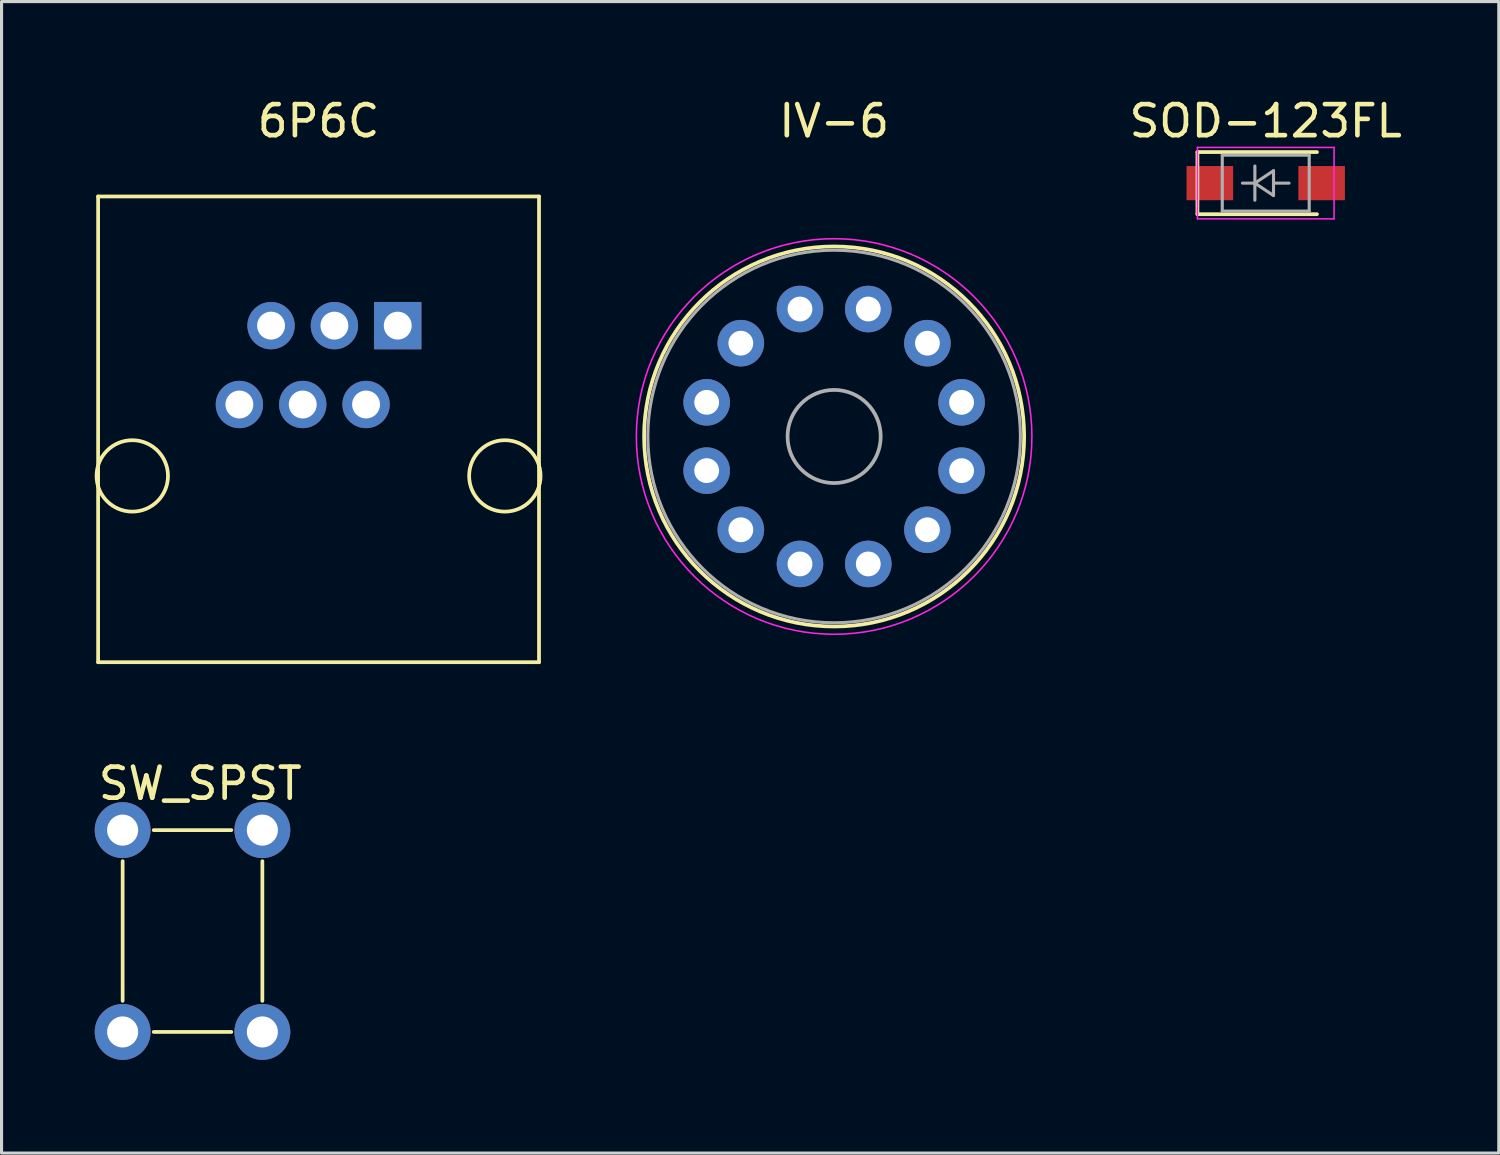
<source format=kicad_pcb>
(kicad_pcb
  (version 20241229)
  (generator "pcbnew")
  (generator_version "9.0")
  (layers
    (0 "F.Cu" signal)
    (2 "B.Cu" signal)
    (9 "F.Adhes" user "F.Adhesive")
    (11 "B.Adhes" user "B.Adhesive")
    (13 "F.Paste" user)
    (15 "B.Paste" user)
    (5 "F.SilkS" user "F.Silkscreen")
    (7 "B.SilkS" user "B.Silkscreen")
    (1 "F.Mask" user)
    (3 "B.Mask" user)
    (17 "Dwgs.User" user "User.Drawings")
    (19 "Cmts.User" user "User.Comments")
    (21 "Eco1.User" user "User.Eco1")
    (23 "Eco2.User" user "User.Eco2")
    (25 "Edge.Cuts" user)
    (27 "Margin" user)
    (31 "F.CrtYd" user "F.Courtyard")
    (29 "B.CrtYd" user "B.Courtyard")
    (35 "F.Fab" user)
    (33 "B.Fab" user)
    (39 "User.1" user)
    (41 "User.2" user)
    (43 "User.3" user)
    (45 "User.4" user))
  (footprint "IV-6"
    (layer "F.Cu")
    (at 23.815 11.008)
    (property "Reference" "IV-6" (at 0 -10.16 0) (layer "F.SilkS") (effects (font (size 1 1) (thickness 0.15))))
    (attr through_hole)
    (fp_circle (center 0 0) (end 0 6.12) (stroke (width 0.12) (type solid)) (fill no) (layer "F.SilkS"))
    (fp_circle (center 0 0) (end 0 6.37) (stroke (width 0.05) (type solid)) (fill no) (layer "F.CrtYd"))
    (fp_circle (center 0 0) (end 0 6) (stroke (width 0.1) (type solid)) (fill no) (layer "F.Fab"))
    (fp_circle (center 0 0) (end 1.5 0) (stroke (width 0.12) (type solid)) (fill no) (layer "F.Fab"))
    (pad "1" thru_hole oval (at 3.005 -3.005) (size 1.5 1.5) (drill 0.8) (layers "*.Cu" "*.Mask"))
    (pad "2" thru_hole oval (at 1.1 -4.105) (size 1.5 1.5) (drill 0.8) (layers "*.Cu" "*.Mask"))
    (pad "3" thru_hole oval (at -1.1 -4.105) (size 1.5 1.5) (drill 0.8) (layers "*.Cu" "*.Mask"))
    (pad "4" thru_hole oval (at -3.005 -3.005) (size 1.5 1.5) (drill 0.8) (layers "*.Cu" "*.Mask"))
    (pad "5" thru_hole oval (at -4.105 -1.1) (size 1.5 1.5) (drill 0.8) (layers "*.Cu" "*.Mask"))
    (pad "6" thru_hole oval (at -4.105 1.1) (size 1.5 1.5) (drill 0.8) (layers "*.Cu" "*.Mask"))
    (pad "7" thru_hole oval (at -3.005 3.005) (size 1.5 1.5) (drill 0.8) (layers "*.Cu" "*.Mask"))
    (pad "8" thru_hole oval (at -1.1 4.105) (size 1.5 1.5) (drill 0.8) (layers "*.Cu" "*.Mask"))
    (pad "9" thru_hole oval (at 1.1 4.105) (size 1.5 1.5) (drill 0.8) (layers "*.Cu" "*.Mask"))
    (pad "10" thru_hole oval (at 3.005 3.005) (size 1.5 1.5) (drill 0.8) (layers "*.Cu" "*.Mask"))
    (pad "11" thru_hole oval (at 4.105 1.1) (size 1.5 1.5) (drill 0.8) (layers "*.Cu" "*.Mask"))
    (pad "12" thru_hole oval (at 4.105 -1.1) (size 1.5 1.5) (drill 0.8) (layers "*.Cu" "*.Mask")))
  (footprint "6P6C"
    (layer "F.Cu")
    (at 7.21 12.278)
    (property "Reference" "6P6C" (at 0 -11.43 0) (layer "F.SilkS") (effects (font (size 1 1) (thickness 0.15))))
    (attr through_hole)
    (fp_line (start -7.1 -9) (end 7.1 -9) (stroke (width 0.12) (type solid)) (layer "F.SilkS"))
    (fp_line (start -7.1 6) (end -7.1 -9) (stroke (width 0.12) (type solid)) (layer "F.SilkS"))
    (fp_line (start -7.1 6) (end 7.1 6) (stroke (width 0.12) (type solid)) (layer "F.SilkS"))
    (fp_line (start 7.1 6) (end 7.1 -9) (stroke (width 0.12) (type solid)) (layer "F.SilkS"))
    (fp_circle (center -6 0) (end -4.85 0) (stroke (width 0.12) (type solid)) (fill no) (layer "F.SilkS"))
    (fp_circle (center 6 0) (end 7.15 0) (stroke (width 0.12) (type solid)) (fill no) (layer "F.SilkS"))
    (pad "1" thru_hole rect (at 2.55 -4.84) (size 1.524 1.524) (drill 0.9) (layers "*.Cu" "*.Mask"))
    (pad "2" thru_hole circle (at 1.53 -2.3) (size 1.524 1.524) (drill 0.9) (layers "*.Cu" "*.Mask"))
    (pad "3" thru_hole circle (at 0.51 -4.84) (size 1.524 1.524) (drill 0.9) (layers "*.Cu" "*.Mask"))
    (pad "4" thru_hole circle (at -0.51 -2.3) (size 1.524 1.524) (drill 0.9) (layers "*.Cu" "*.Mask"))
    (pad "5" thru_hole circle (at -1.53 -4.84) (size 1.524 1.524) (drill 0.9) (layers "*.Cu" "*.Mask"))
    (pad "6" thru_hole circle (at -2.55 -2.3) (size 1.524 1.524) (drill 0.9) (layers "*.Cu" "*.Mask")))
  (footprint "SW_SPST"
    (layer "F.Cu")
    (at 3.4 23.686)
    (property "Reference" "SW_SPST" (at 0 -1.5 0) (layer "F.SilkS") (effects (font (size 1 1) (thickness 0.15))))
    (attr through_hole)
    (fp_line (start -2.5 1) (end -2.5 5.5) (stroke (width 0.12) (type solid)) (layer "F.SilkS"))
    (fp_line (start -1.5 0) (end 1 0) (stroke (width 0.12) (type solid)) (layer "F.SilkS"))
    (fp_line (start -1.5 6.5) (end 1 6.5) (stroke (width 0.12) (type solid)) (layer "F.SilkS"))
    (fp_line (start 2 1) (end 2 5.5) (stroke (width 0.12) (type solid)) (layer "F.SilkS"))
    (pad "1" thru_hole circle (at -2.5 0) (size 1.8 1.8) (drill 1) (layers "*.Cu" "*.Mask"))
    (pad "1" thru_hole circle (at -2.5 6.5) (size 1.8 1.8) (drill 1) (layers "*.Cu" "*.Mask"))
    (pad "2" thru_hole circle (at 2 0) (size 1.8 1.8) (drill 1) (layers "*.Cu" "*.Mask"))
    (pad "2" thru_hole circle (at 2 6.5) (size 1.8 1.8) (drill 1) (layers "*.Cu" "*.Mask")))
  (footprint "SOD-123FL"
    (layer "F.Cu")
    (at 37.716 2.848)
    (property "Reference" "SOD-123FL" (at 0 -2 0) (layer "F.SilkS") (effects (font (size 1 1) (thickness 0.15))))
    (attr through_hole)
    (fp_line (start -2.2 -1) (end -2.2 1) (stroke (width 0.12) (type solid)) (layer "F.SilkS"))
    (fp_line (start -2.2 -1) (end 1.65 -1) (stroke (width 0.12) (type solid)) (layer "F.SilkS"))
    (fp_line (start -2.2 1) (end 1.65 1) (stroke (width 0.12) (type solid)) (layer "F.SilkS"))
    (fp_line (start -2.2 -1.15) (end -2.2 1.15) (stroke (width 0.05) (type solid)) (layer "F.CrtYd"))
    (fp_line (start -2.2 -1.15) (end 2.2 -1.15) (stroke (width 0.05) (type solid)) (layer "F.CrtYd"))
    (fp_line (start 2.2 -1.15) (end 2.2 1.15) (stroke (width 0.05) (type solid)) (layer "F.CrtYd"))
    (fp_line (start 2.2 1.15) (end -2.2 1.15) (stroke (width 0.05) (type solid)) (layer "F.CrtYd"))
    (fp_line (start -1.4 -0.9) (end 1.4 -0.9) (stroke (width 0.1) (type solid)) (layer "F.Fab"))
    (fp_line (start -1.4 0.9) (end -1.4 -0.9) (stroke (width 0.1) (type solid)) (layer "F.Fab"))
    (fp_line (start -0.75 0) (end -0.35 0) (stroke (width 0.1) (type solid)) (layer "F.Fab"))
    (fp_line (start -0.35 0) (end -0.35 -0.55) (stroke (width 0.1) (type solid)) (layer "F.Fab"))
    (fp_line (start -0.35 0) (end -0.35 0.55) (stroke (width 0.1) (type solid)) (layer "F.Fab"))
    (fp_line (start -0.35 0) (end 0.25 -0.4) (stroke (width 0.1) (type solid)) (layer "F.Fab"))
    (fp_line (start 0.25 -0.4) (end 0.25 0.4) (stroke (width 0.1) (type solid)) (layer "F.Fab"))
    (fp_line (start 0.25 0) (end 0.75 0) (stroke (width 0.1) (type solid)) (layer "F.Fab"))
    (fp_line (start 0.25 0.4) (end -0.35 0) (stroke (width 0.1) (type solid)) (layer "F.Fab"))
    (fp_line (start 1.4 -0.9) (end 1.4 0.9) (stroke (width 0.1) (type solid)) (layer "F.Fab"))
    (fp_line (start 1.4 0.9) (end -1.4 0.9) (stroke (width 0.1) (type solid)) (layer "F.Fab"))
    (pad "1" smd rect (at -1.8 0) (size 1.5 1.1) (layers "F.Cu" "F.Mask" "F.Paste"))
    (pad "2" smd rect (at 1.8 0) (size 1.5 1.1) (layers "F.Cu" "F.Mask" "F.Paste")))
  (gr_rect
    (start -3 -3)
    (end 45.222 34.087)
    (stroke (width 0.1) (type default))
    (fill no)
    (layer "Edge.Cuts")))
</source>
